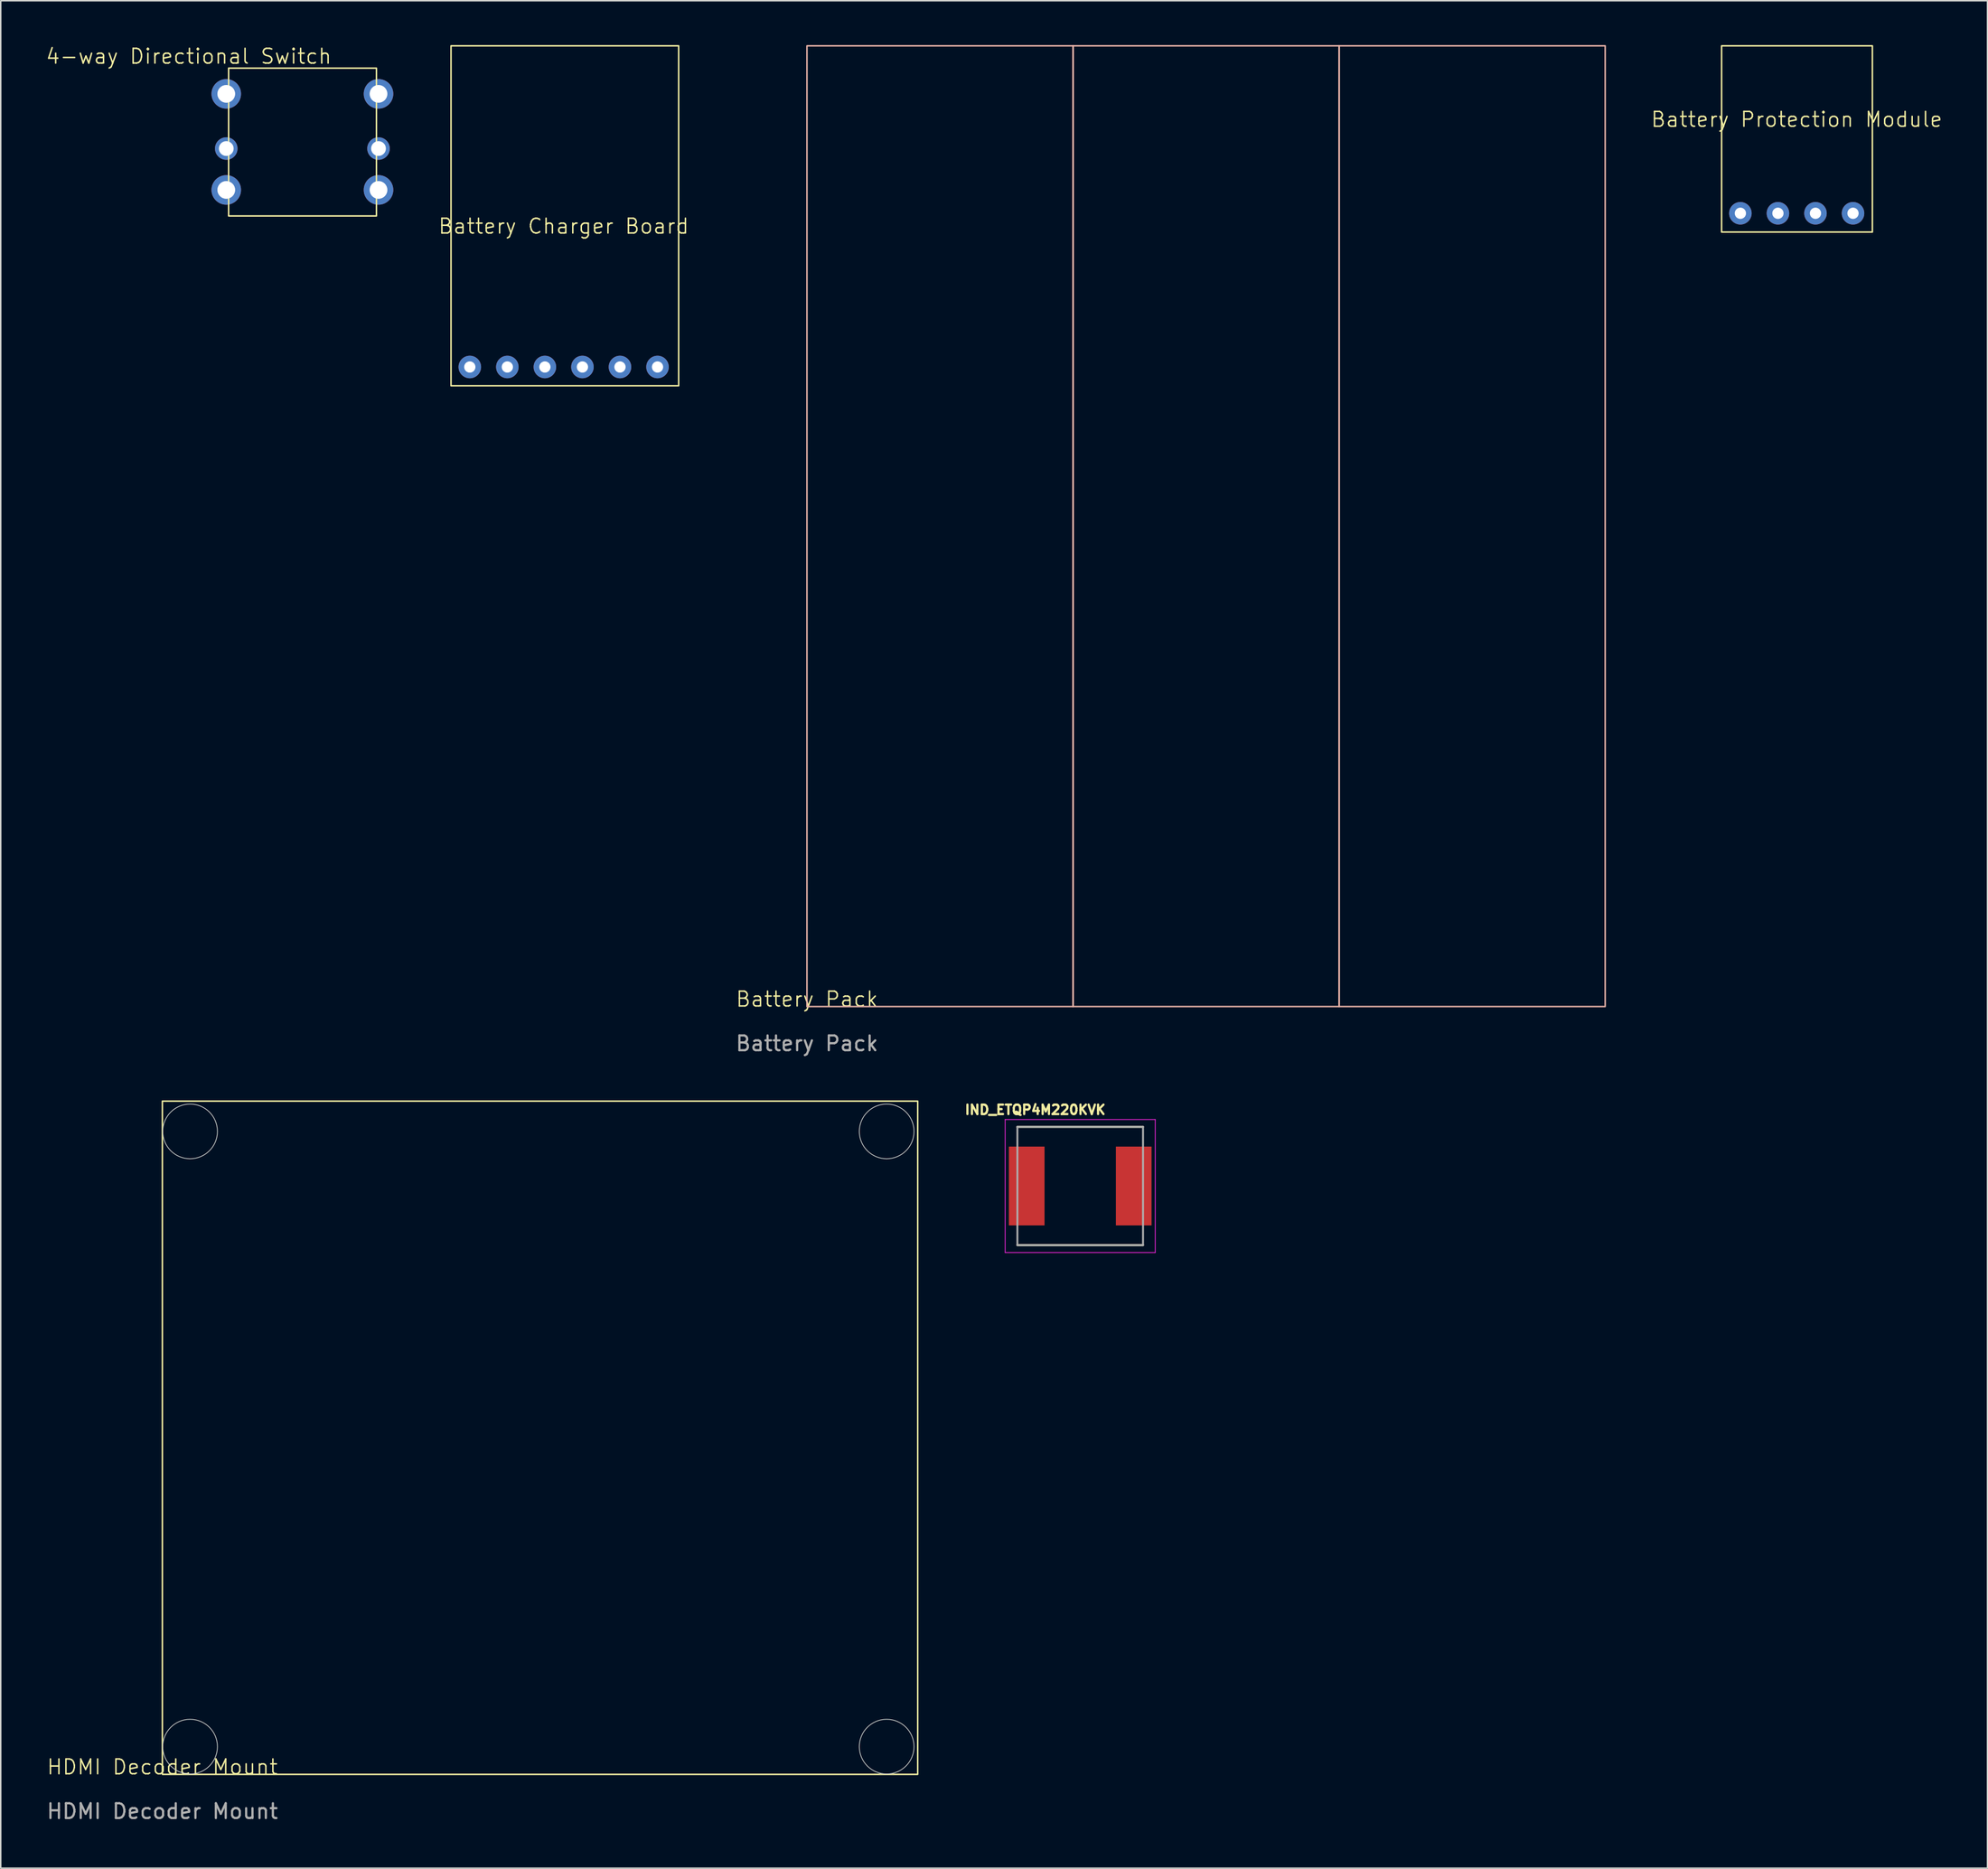
<source format=kicad_pcb>
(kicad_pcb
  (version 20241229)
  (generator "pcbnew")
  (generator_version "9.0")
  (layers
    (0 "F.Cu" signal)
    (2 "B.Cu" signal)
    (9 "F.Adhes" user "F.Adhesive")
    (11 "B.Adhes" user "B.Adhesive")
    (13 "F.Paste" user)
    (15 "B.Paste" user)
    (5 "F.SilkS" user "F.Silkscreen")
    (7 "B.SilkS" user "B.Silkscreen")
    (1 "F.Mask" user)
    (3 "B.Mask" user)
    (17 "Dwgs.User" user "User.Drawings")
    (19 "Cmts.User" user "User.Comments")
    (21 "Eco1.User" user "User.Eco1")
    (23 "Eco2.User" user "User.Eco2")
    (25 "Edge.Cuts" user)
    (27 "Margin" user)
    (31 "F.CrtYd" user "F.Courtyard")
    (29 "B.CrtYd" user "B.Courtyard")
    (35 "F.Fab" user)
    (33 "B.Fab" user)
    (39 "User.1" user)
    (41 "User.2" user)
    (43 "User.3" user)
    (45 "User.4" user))
  (footprint "Battery Charger Board"
    (layer "F.Cu")
    (at 27.463 23.05)
    (property "Reference" "Battery Charger Board" (at 7.62 -10.795 0) (unlocked yes) (layer "F.SilkS") (effects (font (size 1 1) (thickness 0.1))))
    (attr through_hole)
    (fp_rect (start 0 -23) (end 15.4 0) (stroke (width 0.1) (type default)) (fill no) (layer "F.SilkS"))
    (pad "Bat+" thru_hole circle (at 6.35 -1.27) (size 1.524 1.524) (drill 0.762) (layers "*.Cu" "*.Mask"))
    (pad "Bat-" thru_hole circle (at 8.89 -1.27) (size 1.524 1.524) (drill 0.762) (layers "*.Cu" "*.Mask"))
    (pad "CHG+" thru_hole circle (at 1.27 -1.27) (size 1.524 1.524) (drill 0.762) (layers "*.Cu" "*.Mask"))
    (pad "CHG-" thru_hole circle (at 3.81 -1.27) (size 1.524 1.524) (drill 0.762) (layers "*.Cu" "*.Mask"))
    (pad "GND" thru_hole circle (at 11.43 -1.27) (size 1.524 1.524) (drill 0.762) (layers "*.Cu" "*.Mask"))
    (pad "VCC" thru_hole circle (at 13.97 -1.27) (size 1.524 1.524) (drill 0.762) (layers "*.Cu" "*.Mask")))
  (footprint "HDMI Decoder Mount"
    (layer "F.Cu")
    (at 7.935 116.998)
    (property "Reference" "HDMI Decoder Mount" (at 0 -0.5 0) (unlocked yes) (layer "F.SilkS") (effects (font (size 1 1) (thickness 0.1))))
    (attr smd)
    (fp_rect (start 0 -45.55) (end 51.1 0) (stroke (width 0.1) (type default)) (fill no) (layer "F.SilkS"))
    (fp_circle (center 1.875 -43.5) (end 3.725 -43.5) (stroke (width 0.05) (type default)) (fill no) (layer "Edge.Cuts"))
    (fp_circle (center 1.875 -1.875) (end 3.725 -1.875) (stroke (width 0.05) (type default)) (fill no) (layer "Edge.Cuts"))
    (fp_circle (center 49 -43.5) (end 50.85 -43.5) (stroke (width 0.05) (type default)) (fill no) (layer "Edge.Cuts"))
    (fp_circle (center 49 -1.875) (end 50.85 -1.875) (stroke (width 0.05) (type default)) (fill no) (layer "Edge.Cuts"))
    (fp_text user "${REFERENCE}" (at 0 2.5 0) (unlocked yes) (layer "F.Fab") (effects (font (size 1 1) (thickness 0.15)))))
  (footprint "IND_ETQP4M220KVK"
    (layer "F.Cu")
    (at 70.029 77.192)
    (property "Reference" "IND_ETQP4M220KVK" (at -3.044 -5.156 0) (layer "F.SilkS") (effects (font (size 0.64 0.64) (thickness 0.15))))
    (attr smd)
    (fp_line (start -4.25 -4) (end 4.25 -4) (stroke (width 0.127) (type solid)) (layer "F.SilkS"))
    (fp_line (start -4.25 4) (end 4.25 4) (stroke (width 0.127) (type solid)) (layer "F.SilkS"))
    (fp_line (start -5.076 -4.5) (end -5.076 4.5) (stroke (width 0.05) (type solid)) (layer "F.CrtYd"))
    (fp_line (start -5.076 4.5) (end 5.076 4.5) (stroke (width 0.05) (type solid)) (layer "F.CrtYd"))
    (fp_line (start 5.076 -4.5) (end -5.076 -4.5) (stroke (width 0.05) (type solid)) (layer "F.CrtYd"))
    (fp_line (start 5.076 4.5) (end 5.076 -4.5) (stroke (width 0.05) (type solid)) (layer "F.CrtYd"))
    (fp_line (start -4.25 -4) (end -4.25 4) (stroke (width 0.127) (type solid)) (layer "F.Fab"))
    (fp_line (start -4.25 -4) (end 4.25 -4) (stroke (width 0.127) (type solid)) (layer "F.Fab"))
    (fp_line (start -4.25 4) (end 4.25 4) (stroke (width 0.127) (type solid)) (layer "F.Fab"))
    (fp_line (start 4.25 -4) (end 4.25 4) (stroke (width 0.127) (type solid)) (layer "F.Fab"))
    (pad "1" smd rect (at -3.619 0) (size 2.413 5.334) (layers "F.Cu" "F.Mask" "F.Paste"))
    (pad "2" smd rect (at 3.619 0) (size 2.413 5.334) (layers "F.Cu" "F.Mask" "F.Paste"))
    (zone (net_name "") (layer "F.Cu") (hatch full 0.508) (connect_pads) (min_thickness 0.01) (filled_areas_thickness no) (keepout (tracks not_allowed) (vias not_allowed) (pads not_allowed) (copperpour not_allowed) (footprints allowed)) (placement (enabled no)) (fill) (polygon (pts (xy 65.279 72.692) (xy 65.279 74.525) (xy 67.616 74.525) (xy 67.616 79.859) (xy 65.279 79.859) (xy 65.279 81.692) (xy 74.779 81.692) (xy 74.779 79.859) (xy 72.442 79.859) (xy 72.442 74.525) (xy 74.779 74.525) (xy 74.779 72.692))))
    (zone (net_name "") (layers "F.Cu" "B.Cu") (hatch full 0.508) (connect_pads) (min_thickness 0.01) (filled_areas_thickness no) (keepout (tracks allowed) (vias not_allowed) (pads allowed) (copperpour allowed) (footprints allowed)) (placement (enabled no)) (fill) (polygon (pts (xy 65.279 72.692) (xy 65.279 74.525) (xy 67.616 74.525) (xy 67.616 79.859) (xy 65.279 79.859) (xy 65.279 81.692) (xy 74.779 81.692) (xy 74.779 79.859) (xy 72.442 79.859) (xy 72.442 74.525) (xy 74.779 74.525) (xy 74.779 72.692)))))
  (footprint "Battery Protection Module"
    (layer "F.Cu")
    (at 113.421 12.65)
    (property "Reference" "Battery Protection Module" (at 5.08 -7.62 0) (unlocked yes) (layer "F.SilkS") (effects (font (size 1 1) (thickness 0.1))))
    (attr through_hole)
    (fp_rect (start 0 -12.6) (end 10.2 0) (stroke (width 0.1) (type default)) (fill no) (layer "F.SilkS"))
    (pad "B+" thru_hole circle (at 6.35 -1.27) (size 1.524 1.524) (drill 0.762) (layers "*.Cu" "*.Mask"))
    (pad "B-" thru_hole circle (at 8.89 -1.27) (size 1.524 1.524) (drill 0.762) (layers "*.Cu" "*.Mask"))
    (pad "P+" thru_hole circle (at 3.81 -1.27) (size 1.524 1.524) (drill 0.762) (layers "*.Cu" "*.Mask"))
    (pad "P-" thru_hole circle (at 1.27 -1.27) (size 1.524 1.524) (drill 0.762) (layers "*.Cu" "*.Mask")))
  (footprint "Battery Pack"
    (layer "F.Cu")
    (at 51.544 65.05)
    (property "Reference" "Battery Pack" (at 0 -0.5 0) (unlocked yes) (layer "F.SilkS") (effects (font (size 1 1) (thickness 0.1))))
    (attr smd)
    (fp_rect (start 0 -65) (end 18 0) (stroke (width 0.1) (type default)) (fill no) (layer "B.SilkS"))
    (fp_rect (start 18 -65) (end 36 0) (stroke (width 0.1) (type default)) (fill no) (layer "B.SilkS"))
    (fp_rect (start 36 -65) (end 54 0) (stroke (width 0.1) (type default)) (fill no) (layer "B.SilkS"))
    (fp_text user "${REFERENCE}" (at 0 2.5 0) (unlocked yes) (layer "F.Fab") (effects (font (size 1 1) (thickness 0.15)))))
  (footprint "4-way Directional Switch"
    (layer "F.Cu")
    (at 12.257 3.3)
    (property "Reference" "4-way Directional Switch" (at -2.54 -2.54 0) (unlocked yes) (layer "F.SilkS") (effects (font (size 1 1) (thickness 0.1))))
    (attr through_hole)
    (fp_rect (start 0.16 -1.74) (end 10.16 8.26) (stroke (width 0.1) (type default)) (fill no) (layer "F.SilkS"))
    (pad "1" thru_hole circle (at 0 0) (size 2 2) (drill 1.2) (layers "*.Cu" "*.Mask"))
    (pad "1" thru_hole circle (at 10.3 0) (size 2 2) (drill 1.2) (layers "*.Cu" "*.Mask"))
    (pad "3" thru_hole circle (at 0 6.5) (size 2 2) (drill 1.2) (layers "*.Cu" "*.Mask"))
    (pad "3" thru_hole circle (at 10.3 6.5) (size 2 2) (drill 1.2) (layers "*.Cu" "*.Mask"))
    (pad "5" thru_hole circle (at 0 3.7) (size 1.524 1.524) (drill 1) (layers "*.Cu" "*.Mask"))
    (pad "5" thru_hole circle (at 10.3 3.7) (size 1.524 1.524) (drill 1) (layers "*.Cu" "*.Mask")))
  (gr_rect
    (start -3 -3)
    (end 131.408 123.347)
    (stroke (width 0.1) (type default))
    (fill no)
    (layer "Edge.Cuts")))
</source>
